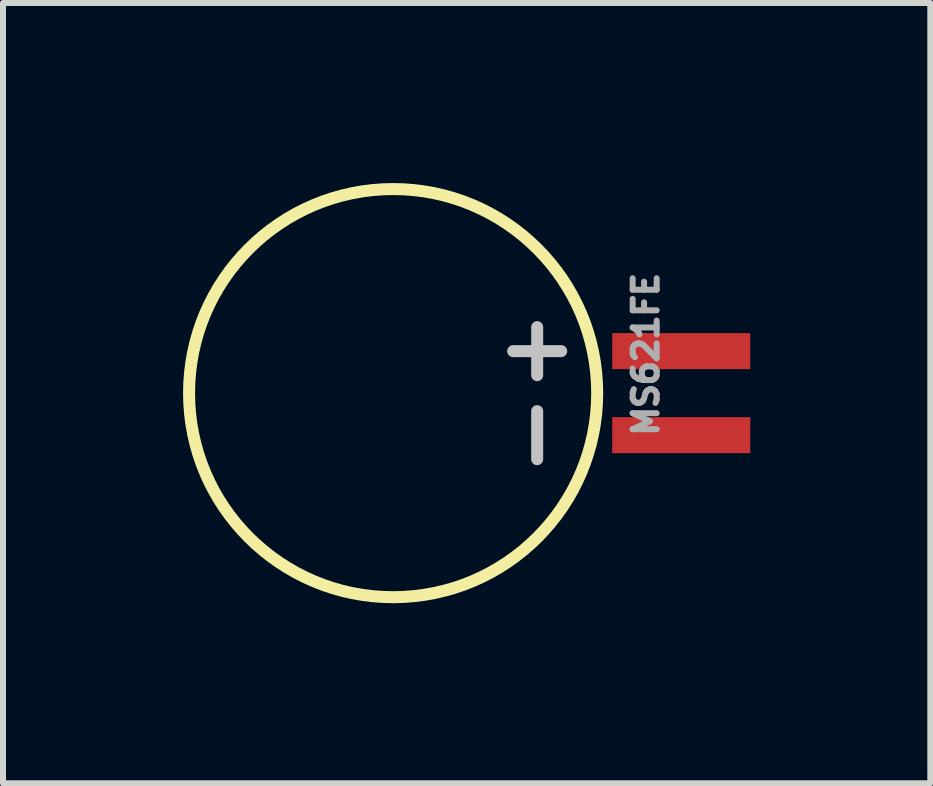
<source format=kicad_pcb>
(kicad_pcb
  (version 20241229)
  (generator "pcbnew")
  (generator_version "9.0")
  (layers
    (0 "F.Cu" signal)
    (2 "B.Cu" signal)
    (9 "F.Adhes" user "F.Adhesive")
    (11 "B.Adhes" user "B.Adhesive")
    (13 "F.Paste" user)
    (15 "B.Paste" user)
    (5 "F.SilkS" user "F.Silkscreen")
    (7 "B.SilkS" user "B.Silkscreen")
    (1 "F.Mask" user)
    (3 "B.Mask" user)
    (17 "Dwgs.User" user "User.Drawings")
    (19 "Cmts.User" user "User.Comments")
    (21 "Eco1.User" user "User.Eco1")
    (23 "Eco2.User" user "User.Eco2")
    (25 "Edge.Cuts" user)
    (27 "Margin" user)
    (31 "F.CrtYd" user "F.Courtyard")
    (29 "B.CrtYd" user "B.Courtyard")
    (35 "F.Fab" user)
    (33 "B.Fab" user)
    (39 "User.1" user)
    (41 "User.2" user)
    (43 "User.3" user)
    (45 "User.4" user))
  (footprint "MS621FE"
    (layer "F.Cu")
    (at 3.5 3.5)
    (property "Reference" "MS621FE" (at 4.445 0.762 90) (unlocked yes) (layer "F.Fab") (effects (font (size 0.4 0.4) (thickness 0.1)) (justify left bottom)))
    (fp_circle (center 0 0) (end 0 -3.4) (stroke (width 0.2) (type default)) (fill no) (layer "F.SilkS"))
    (fp_line (start 2.4 -0.3) (end 2.4 -1.1) (stroke (width 0.2) (type default)) (layer "Dwgs.User"))
    (fp_line (start 2.4 0.3) (end 2.4 1.1) (stroke (width 0.2) (type default)) (layer "Dwgs.User"))
    (fp_line (start 2.8 -0.7) (end 2 -0.7) (stroke (width 0.2) (type default)) (layer "Dwgs.User"))
    (pad "1" smd rect (at 4.8 -0.7) (size 2.3 0.6) (layers "F.Cu" "F.Mask" "F.Paste"))
    (pad "2" smd rect (at 4.8 0.7) (size 2.3 0.6) (layers "F.Cu" "F.Mask" "F.Paste")))
  (gr_rect
    (start -3 -3)
    (end 12.45 10)
    (stroke (width 0.1) (type default))
    (fill no)
    (layer "Edge.Cuts")))
</source>
